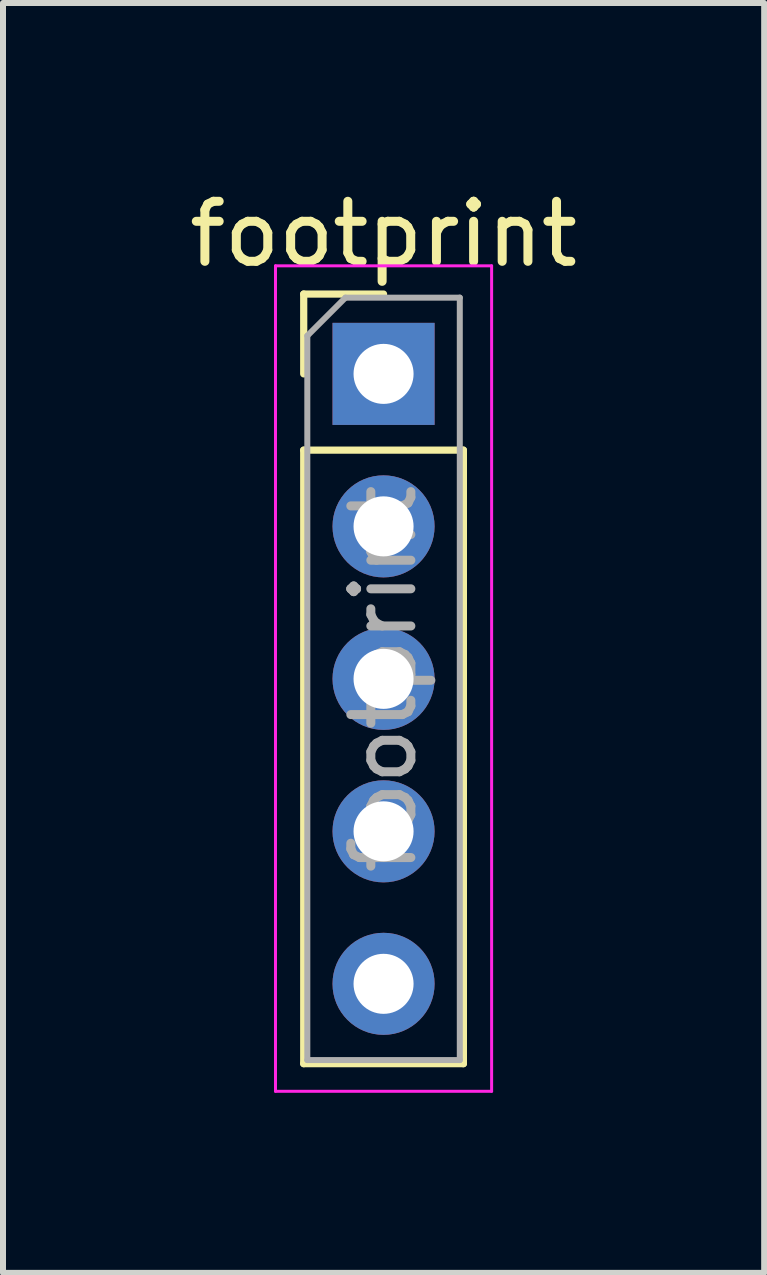
<source format=kicad_pcb>
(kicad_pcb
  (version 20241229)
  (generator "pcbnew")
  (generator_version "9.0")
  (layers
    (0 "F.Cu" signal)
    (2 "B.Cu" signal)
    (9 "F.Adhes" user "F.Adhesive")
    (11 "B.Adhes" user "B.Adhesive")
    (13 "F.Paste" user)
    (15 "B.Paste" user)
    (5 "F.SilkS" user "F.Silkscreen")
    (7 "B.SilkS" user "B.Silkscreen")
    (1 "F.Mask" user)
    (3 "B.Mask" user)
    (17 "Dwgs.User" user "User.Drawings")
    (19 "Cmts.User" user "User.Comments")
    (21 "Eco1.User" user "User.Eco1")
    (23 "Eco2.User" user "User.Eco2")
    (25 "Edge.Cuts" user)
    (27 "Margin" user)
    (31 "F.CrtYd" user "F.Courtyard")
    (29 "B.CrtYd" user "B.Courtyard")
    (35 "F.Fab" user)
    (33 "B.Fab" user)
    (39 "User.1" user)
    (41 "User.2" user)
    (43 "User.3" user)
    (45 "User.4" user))
  (footprint "footprint"
    (layer "F.Cu")
    (at 3.339 3.178)
    (property "Reference" "footprint" (at 0 -2.33 0) (layer "F.SilkS") (effects (font (size 1 1) (thickness 0.15))))
    (attr through_hole)
    (fp_line (start -1.33 -1.33) (end 0 -1.33) (stroke (width 0.12) (type solid)) (layer "F.SilkS"))
    (fp_line (start -1.33 0) (end -1.33 -1.33) (stroke (width 0.12) (type solid)) (layer "F.SilkS"))
    (fp_line (start -1.33 1.27) (end -1.33 11.49) (stroke (width 0.12) (type solid)) (layer "F.SilkS"))
    (fp_line (start -1.33 1.27) (end 1.33 1.27) (stroke (width 0.12) (type solid)) (layer "F.SilkS"))
    (fp_line (start -1.33 11.49) (end 1.33 11.49) (stroke (width 0.12) (type solid)) (layer "F.SilkS"))
    (fp_line (start 1.33 1.27) (end 1.33 11.49) (stroke (width 0.12) (type solid)) (layer "F.SilkS"))
    (fp_line (start -1.8 -1.8) (end -1.8 11.95) (stroke (width 0.05) (type solid)) (layer "F.CrtYd"))
    (fp_line (start -1.8 11.95) (end 1.8 11.95) (stroke (width 0.05) (type solid)) (layer "F.CrtYd"))
    (fp_line (start 1.8 -1.8) (end -1.8 -1.8) (stroke (width 0.05) (type solid)) (layer "F.CrtYd"))
    (fp_line (start 1.8 11.95) (end 1.8 -1.8) (stroke (width 0.05) (type solid)) (layer "F.CrtYd"))
    (fp_line (start -1.27 -0.635) (end -0.635 -1.27) (stroke (width 0.1) (type solid)) (layer "F.Fab"))
    (fp_line (start -1.27 11.43) (end -1.27 -0.635) (stroke (width 0.1) (type solid)) (layer "F.Fab"))
    (fp_line (start -0.635 -1.27) (end 1.27 -1.27) (stroke (width 0.1) (type solid)) (layer "F.Fab"))
    (fp_line (start 1.27 -1.27) (end 1.27 11.43) (stroke (width 0.1) (type solid)) (layer "F.Fab"))
    (fp_line (start 1.27 11.43) (end -1.27 11.43) (stroke (width 0.1) (type solid)) (layer "F.Fab"))
    (fp_text user "${REFERENCE}" (at 0 5.08 90) (layer "F.Fab") (effects (font (size 1 1) (thickness 0.15))))
    (pad "1" thru_hole rect (at 0 0) (size 1.7 1.7) (drill 1) (layers "*.Cu" "*.Mask"))
    (pad "2" thru_hole oval (at 0 2.54) (size 1.7 1.7) (drill 1) (layers "*.Cu" "*.Mask"))
    (pad "3" thru_hole oval (at 0 5.08) (size 1.7 1.7) (drill 1) (layers "*.Cu" "*.Mask"))
    (pad "4" thru_hole oval (at 0 7.62) (size 1.7 1.7) (drill 1) (layers "*.Cu" "*.Mask"))
    (pad "5" thru_hole oval (at 0 10.16) (size 1.7 1.7) (drill 1) (layers "*.Cu" "*.Mask")))
  (gr_rect
    (start -3 -3)
    (end 9.679 18.153)
    (stroke (width 0.1) (type default))
    (fill no)
    (layer "Edge.Cuts")))
</source>
